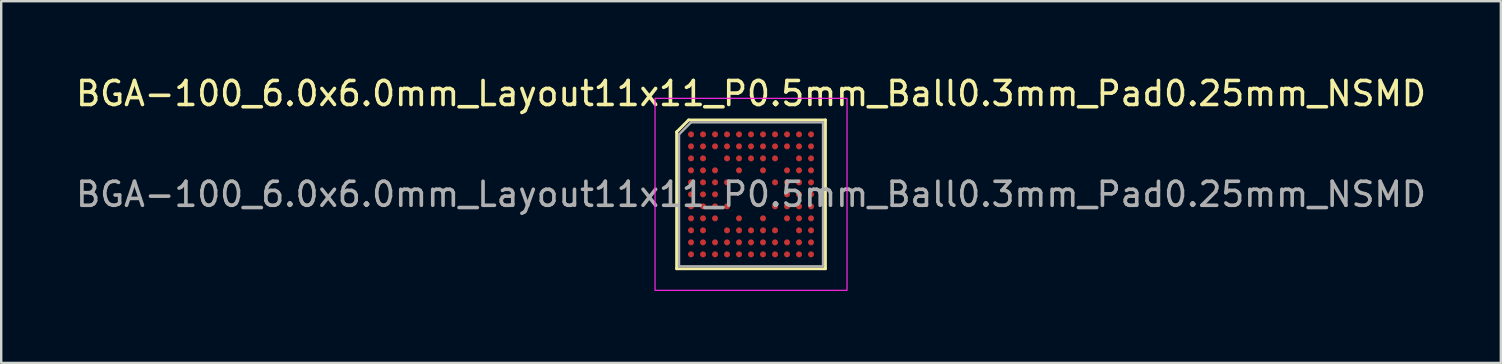
<source format=kicad_pcb>
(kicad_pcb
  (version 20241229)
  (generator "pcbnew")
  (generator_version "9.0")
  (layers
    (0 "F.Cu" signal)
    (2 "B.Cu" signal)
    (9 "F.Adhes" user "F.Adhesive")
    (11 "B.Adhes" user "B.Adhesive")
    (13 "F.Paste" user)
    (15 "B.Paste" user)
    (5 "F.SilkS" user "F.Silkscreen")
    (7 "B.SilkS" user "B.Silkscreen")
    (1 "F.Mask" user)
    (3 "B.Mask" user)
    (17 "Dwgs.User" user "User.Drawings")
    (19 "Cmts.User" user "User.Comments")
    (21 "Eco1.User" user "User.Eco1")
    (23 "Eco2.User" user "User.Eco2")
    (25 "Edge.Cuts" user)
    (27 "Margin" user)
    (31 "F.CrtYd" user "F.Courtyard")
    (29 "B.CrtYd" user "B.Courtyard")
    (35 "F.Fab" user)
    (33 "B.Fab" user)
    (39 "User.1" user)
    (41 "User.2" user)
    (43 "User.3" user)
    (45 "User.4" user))
  (footprint "BGA-100_6.0x6.0mm_Layout11x11_P0.5mm_Ball0.3mm_Pad0.25mm_NSMD"
    (layer "F.Cu")
    (at 28.244 5.048)
    (property "Reference" "BGA-100_6.0x6.0mm_Layout11x11_P0.5mm_Ball0.3mm_Pad0.25mm_NSMD" (at 0 -4.2 0) (layer "F.SilkS") (effects (font (size 1 1) (thickness 0.15))))
    (attr smd)
    (fp_line (start -3.1 -2.6) (end -3.1 3.1) (stroke (width 0.12) (type solid)) (layer "F.SilkS"))
    (fp_line (start -3.1 3.1) (end 3.1 3.1) (stroke (width 0.12) (type solid)) (layer "F.SilkS"))
    (fp_line (start -2.6 -3.1) (end -3.1 -2.6) (stroke (width 0.12) (type solid)) (layer "F.SilkS"))
    (fp_line (start 3.1 -3.1) (end -2.6 -3.1) (stroke (width 0.12) (type solid)) (layer "F.SilkS"))
    (fp_line (start 3.1 3.1) (end 3.1 -3.1) (stroke (width 0.12) (type solid)) (layer "F.SilkS"))
    (fp_rect (start 4 4) (end -4 -4) (stroke (width 0.05) (type solid)) (fill no) (layer "F.CrtYd"))
    (fp_line (start -3 -2.5) (end -3 3) (stroke (width 0.1) (type solid)) (layer "F.Fab"))
    (fp_line (start -3 3) (end 3 3) (stroke (width 0.1) (type solid)) (layer "F.Fab"))
    (fp_line (start -2.5 -3) (end -3 -2.5) (stroke (width 0.1) (type solid)) (layer "F.Fab"))
    (fp_line (start 3 -3) (end -2.5 -3) (stroke (width 0.1) (type solid)) (layer "F.Fab"))
    (fp_line (start 3 3) (end 3 -3) (stroke (width 0.1) (type solid)) (layer "F.Fab"))
    (fp_text user "${REFERENCE}" (at 0 0 0) (layer "F.Fab") (effects (font (size 1 1) (thickness 0.15))))
    (pad "A1" smd circle (at -2.5 -2.5) (size 0.25 0.25) (layers "F.Cu" "F.Mask" "F.Paste"))
    (pad "A2" smd circle (at -2 -2.5) (size 0.25 0.25) (layers "F.Cu" "F.Mask" "F.Paste"))
    (pad "A3" smd circle (at -1.5 -2.5) (size 0.25 0.25) (layers "F.Cu" "F.Mask" "F.Paste"))
    (pad "A4" smd circle (at -1 -2.5) (size 0.25 0.25) (layers "F.Cu" "F.Mask" "F.Paste"))
    (pad "A5" smd circle (at -0.5 -2.5) (size 0.25 0.25) (layers "F.Cu" "F.Mask" "F.Paste"))
    (pad "A6" smd circle (at 0 -2.5) (size 0.25 0.25) (layers "F.Cu" "F.Mask" "F.Paste"))
    (pad "A7" smd circle (at 0.5 -2.5) (size 0.25 0.25) (layers "F.Cu" "F.Mask" "F.Paste"))
    (pad "A8" smd circle (at 1 -2.5) (size 0.25 0.25) (layers "F.Cu" "F.Mask" "F.Paste"))
    (pad "A9" smd circle (at 1.5 -2.5) (size 0.25 0.25) (layers "F.Cu" "F.Mask" "F.Paste"))
    (pad "A10" smd circle (at 2 -2.5) (size 0.25 0.25) (layers "F.Cu" "F.Mask" "F.Paste"))
    (pad "A11" smd circle (at 2.5 -2.5) (size 0.25 0.25) (layers "F.Cu" "F.Mask" "F.Paste"))
    (pad "B1" smd circle (at -2.5 -2) (size 0.25 0.25) (layers "F.Cu" "F.Mask" "F.Paste"))
    (pad "B2" smd circle (at -2 -2) (size 0.25 0.25) (layers "F.Cu" "F.Mask" "F.Paste"))
    (pad "B3" smd circle (at -1.5 -2) (size 0.25 0.25) (layers "F.Cu" "F.Mask" "F.Paste"))
    (pad "B4" smd circle (at -1 -2) (size 0.25 0.25) (layers "F.Cu" "F.Mask" "F.Paste"))
    (pad "B5" smd circle (at -0.5 -2) (size 0.25 0.25) (layers "F.Cu" "F.Mask" "F.Paste"))
    (pad "B6" smd circle (at 0 -2) (size 0.25 0.25) (layers "F.Cu" "F.Mask" "F.Paste"))
    (pad "B7" smd circle (at 0.5 -2) (size 0.25 0.25) (layers "F.Cu" "F.Mask" "F.Paste"))
    (pad "B8" smd circle (at 1 -2) (size 0.25 0.25) (layers "F.Cu" "F.Mask" "F.Paste"))
    (pad "B9" smd circle (at 1.5 -2) (size 0.25 0.25) (layers "F.Cu" "F.Mask" "F.Paste"))
    (pad "B10" smd circle (at 2 -2) (size 0.25 0.25) (layers "F.Cu" "F.Mask" "F.Paste"))
    (pad "B11" smd circle (at 2.5 -2) (size 0.25 0.25) (layers "F.Cu" "F.Mask" "F.Paste"))
    (pad "C1" smd circle (at -2.5 -1.5) (size 0.25 0.25) (layers "F.Cu" "F.Mask" "F.Paste"))
    (pad "C2" smd circle (at -2 -1.5) (size 0.25 0.25) (layers "F.Cu" "F.Mask" "F.Paste"))
    (pad "C4" smd circle (at -1 -1.5) (size 0.25 0.25) (layers "F.Cu" "F.Mask" "F.Paste"))
    (pad "C5" smd circle (at -0.5 -1.5) (size 0.25 0.25) (layers "F.Cu" "F.Mask" "F.Paste"))
    (pad "C6" smd circle (at 0 -1.5) (size 0.25 0.25) (layers "F.Cu" "F.Mask" "F.Paste"))
    (pad "C7" smd circle (at 0.5 -1.5) (size 0.25 0.25) (layers "F.Cu" "F.Mask" "F.Paste"))
    (pad "C8" smd circle (at 1 -1.5) (size 0.25 0.25) (layers "F.Cu" "F.Mask" "F.Paste"))
    (pad "C10" smd circle (at 2 -1.5) (size 0.25 0.25) (layers "F.Cu" "F.Mask" "F.Paste"))
    (pad "C11" smd circle (at 2.5 -1.5) (size 0.25 0.25) (layers "F.Cu" "F.Mask" "F.Paste"))
    (pad "D1" smd circle (at -2.5 -1) (size 0.25 0.25) (layers "F.Cu" "F.Mask" "F.Paste"))
    (pad "D2" smd circle (at -2 -1) (size 0.25 0.25) (layers "F.Cu" "F.Mask" "F.Paste"))
    (pad "D3" smd circle (at -1.5 -1) (size 0.25 0.25) (layers "F.Cu" "F.Mask" "F.Paste"))
    (pad "D5" smd circle (at -0.5 -1) (size 0.25 0.25) (layers "F.Cu" "F.Mask" "F.Paste"))
    (pad "D7" smd circle (at 0.5 -1) (size 0.25 0.25) (layers "F.Cu" "F.Mask" "F.Paste"))
    (pad "D9" smd circle (at 1.5 -1) (size 0.25 0.25) (layers "F.Cu" "F.Mask" "F.Paste"))
    (pad "D10" smd circle (at 2 -1) (size 0.25 0.25) (layers "F.Cu" "F.Mask" "F.Paste"))
    (pad "D11" smd circle (at 2.5 -1) (size 0.25 0.25) (layers "F.Cu" "F.Mask" "F.Paste"))
    (pad "E1" smd circle (at -2.5 -0.5) (size 0.25 0.25) (layers "F.Cu" "F.Mask" "F.Paste"))
    (pad "E2" smd circle (at -2 -0.5) (size 0.25 0.25) (layers "F.Cu" "F.Mask" "F.Paste"))
    (pad "E3" smd circle (at -1.5 -0.5) (size 0.25 0.25) (layers "F.Cu" "F.Mask" "F.Paste"))
    (pad "E4" smd circle (at -1 -0.5) (size 0.25 0.25) (layers "F.Cu" "F.Mask" "F.Paste"))
    (pad "E8" smd circle (at 1 -0.5) (size 0.25 0.25) (layers "F.Cu" "F.Mask" "F.Paste"))
    (pad "E9" smd circle (at 1.5 -0.5) (size 0.25 0.25) (layers "F.Cu" "F.Mask" "F.Paste"))
    (pad "E10" smd circle (at 2 -0.5) (size 0.25 0.25) (layers "F.Cu" "F.Mask" "F.Paste"))
    (pad "E11" smd circle (at 2.5 -0.5) (size 0.25 0.25) (layers "F.Cu" "F.Mask" "F.Paste"))
    (pad "F1" smd circle (at -2.5 0) (size 0.25 0.25) (layers "F.Cu" "F.Mask" "F.Paste"))
    (pad "F2" smd circle (at -2 0) (size 0.25 0.25) (layers "F.Cu" "F.Mask" "F.Paste"))
    (pad "F3" smd circle (at -1.5 0) (size 0.25 0.25) (layers "F.Cu" "F.Mask" "F.Paste"))
    (pad "F9" smd circle (at 1.5 0) (size 0.25 0.25) (layers "F.Cu" "F.Mask" "F.Paste"))
    (pad "F10" smd circle (at 2 0) (size 0.25 0.25) (layers "F.Cu" "F.Mask" "F.Paste"))
    (pad "F11" smd circle (at 2.5 0) (size 0.25 0.25) (layers "F.Cu" "F.Mask" "F.Paste"))
    (pad "G1" smd circle (at -2.5 0.5) (size 0.25 0.25) (layers "F.Cu" "F.Mask" "F.Paste"))
    (pad "G2" smd circle (at -2 0.5) (size 0.25 0.25) (layers "F.Cu" "F.Mask" "F.Paste"))
    (pad "G3" smd circle (at -1.5 0.5) (size 0.25 0.25) (layers "F.Cu" "F.Mask" "F.Paste"))
    (pad "G4" smd circle (at -1 0.5) (size 0.25 0.25) (layers "F.Cu" "F.Mask" "F.Paste"))
    (pad "G8" smd circle (at 1 0.5) (size 0.25 0.25) (layers "F.Cu" "F.Mask" "F.Paste"))
    (pad "G9" smd circle (at 1.5 0.5) (size 0.25 0.25) (layers "F.Cu" "F.Mask" "F.Paste"))
    (pad "G10" smd circle (at 2 0.5) (size 0.25 0.25) (layers "F.Cu" "F.Mask" "F.Paste"))
    (pad "G11" smd circle (at 2.5 0.5) (size 0.25 0.25) (layers "F.Cu" "F.Mask" "F.Paste"))
    (pad "H1" smd circle (at -2.5 1) (size 0.25 0.25) (layers "F.Cu" "F.Mask" "F.Paste"))
    (pad "H2" smd circle (at -2 1) (size 0.25 0.25) (layers "F.Cu" "F.Mask" "F.Paste"))
    (pad "H3" smd circle (at -1.5 1) (size 0.25 0.25) (layers "F.Cu" "F.Mask" "F.Paste"))
    (pad "H5" smd circle (at -0.5 1) (size 0.25 0.25) (layers "F.Cu" "F.Mask" "F.Paste"))
    (pad "H7" smd circle (at 0.5 1) (size 0.25 0.25) (layers "F.Cu" "F.Mask" "F.Paste"))
    (pad "H9" smd circle (at 1.5 1) (size 0.25 0.25) (layers "F.Cu" "F.Mask" "F.Paste"))
    (pad "H10" smd circle (at 2 1) (size 0.25 0.25) (layers "F.Cu" "F.Mask" "F.Paste"))
    (pad "H11" smd circle (at 2.5 1) (size 0.25 0.25) (layers "F.Cu" "F.Mask" "F.Paste"))
    (pad "J1" smd circle (at -2.5 1.5) (size 0.25 0.25) (layers "F.Cu" "F.Mask" "F.Paste"))
    (pad "J2" smd circle (at -2 1.5) (size 0.25 0.25) (layers "F.Cu" "F.Mask" "F.Paste"))
    (pad "J4" smd circle (at -1 1.5) (size 0.25 0.25) (layers "F.Cu" "F.Mask" "F.Paste"))
    (pad "J5" smd circle (at -0.5 1.5) (size 0.25 0.25) (layers "F.Cu" "F.Mask" "F.Paste"))
    (pad "J6" smd circle (at 0 1.5) (size 0.25 0.25) (layers "F.Cu" "F.Mask" "F.Paste"))
    (pad "J7" smd circle (at 0.5 1.5) (size 0.25 0.25) (layers "F.Cu" "F.Mask" "F.Paste"))
    (pad "J8" smd circle (at 1 1.5) (size 0.25 0.25) (layers "F.Cu" "F.Mask" "F.Paste"))
    (pad "J10" smd circle (at 2 1.5) (size 0.25 0.25) (layers "F.Cu" "F.Mask" "F.Paste"))
    (pad "J11" smd circle (at 2.5 1.5) (size 0.25 0.25) (layers "F.Cu" "F.Mask" "F.Paste"))
    (pad "K1" smd circle (at -2.5 2) (size 0.25 0.25) (layers "F.Cu" "F.Mask" "F.Paste"))
    (pad "K2" smd circle (at -2 2) (size 0.25 0.25) (layers "F.Cu" "F.Mask" "F.Paste"))
    (pad "K3" smd circle (at -1.5 2) (size 0.25 0.25) (layers "F.Cu" "F.Mask" "F.Paste"))
    (pad "K4" smd circle (at -1 2) (size 0.25 0.25) (layers "F.Cu" "F.Mask" "F.Paste"))
    (pad "K5" smd circle (at -0.5 2) (size 0.25 0.25) (layers "F.Cu" "F.Mask" "F.Paste"))
    (pad "K6" smd circle (at 0 2) (size 0.25 0.25) (layers "F.Cu" "F.Mask" "F.Paste"))
    (pad "K7" smd circle (at 0.5 2) (size 0.25 0.25) (layers "F.Cu" "F.Mask" "F.Paste"))
    (pad "K8" smd circle (at 1 2) (size 0.25 0.25) (layers "F.Cu" "F.Mask" "F.Paste"))
    (pad "K9" smd circle (at 1.5 2) (size 0.25 0.25) (layers "F.Cu" "F.Mask" "F.Paste"))
    (pad "K10" smd circle (at 2 2) (size 0.25 0.25) (layers "F.Cu" "F.Mask" "F.Paste"))
    (pad "K11" smd circle (at 2.5 2) (size 0.25 0.25) (layers "F.Cu" "F.Mask" "F.Paste"))
    (pad "L1" smd circle (at -2.5 2.5) (size 0.25 0.25) (layers "F.Cu" "F.Mask" "F.Paste"))
    (pad "L2" smd circle (at -2 2.5) (size 0.25 0.25) (layers "F.Cu" "F.Mask" "F.Paste"))
    (pad "L3" smd circle (at -1.5 2.5) (size 0.25 0.25) (layers "F.Cu" "F.Mask" "F.Paste"))
    (pad "L4" smd circle (at -1 2.5) (size 0.25 0.25) (layers "F.Cu" "F.Mask" "F.Paste"))
    (pad "L5" smd circle (at -0.5 2.5) (size 0.25 0.25) (layers "F.Cu" "F.Mask" "F.Paste"))
    (pad "L6" smd circle (at 0 2.5) (size 0.25 0.25) (layers "F.Cu" "F.Mask" "F.Paste"))
    (pad "L7" smd circle (at 0.5 2.5) (size 0.25 0.25) (layers "F.Cu" "F.Mask" "F.Paste"))
    (pad "L8" smd circle (at 1 2.5) (size 0.25 0.25) (layers "F.Cu" "F.Mask" "F.Paste"))
    (pad "L9" smd circle (at 1.5 2.5) (size 0.25 0.25) (layers "F.Cu" "F.Mask" "F.Paste"))
    (pad "L10" smd circle (at 2 2.5) (size 0.25 0.25) (layers "F.Cu" "F.Mask" "F.Paste"))
    (pad "L11" smd circle (at 2.5 2.5) (size 0.25 0.25) (layers "F.Cu" "F.Mask" "F.Paste")))
  (gr_rect
    (start -3 -3)
    (end 59.488 12.073)
    (stroke (width 0.1) (type default))
    (fill no)
    (layer "Edge.Cuts")))
</source>
